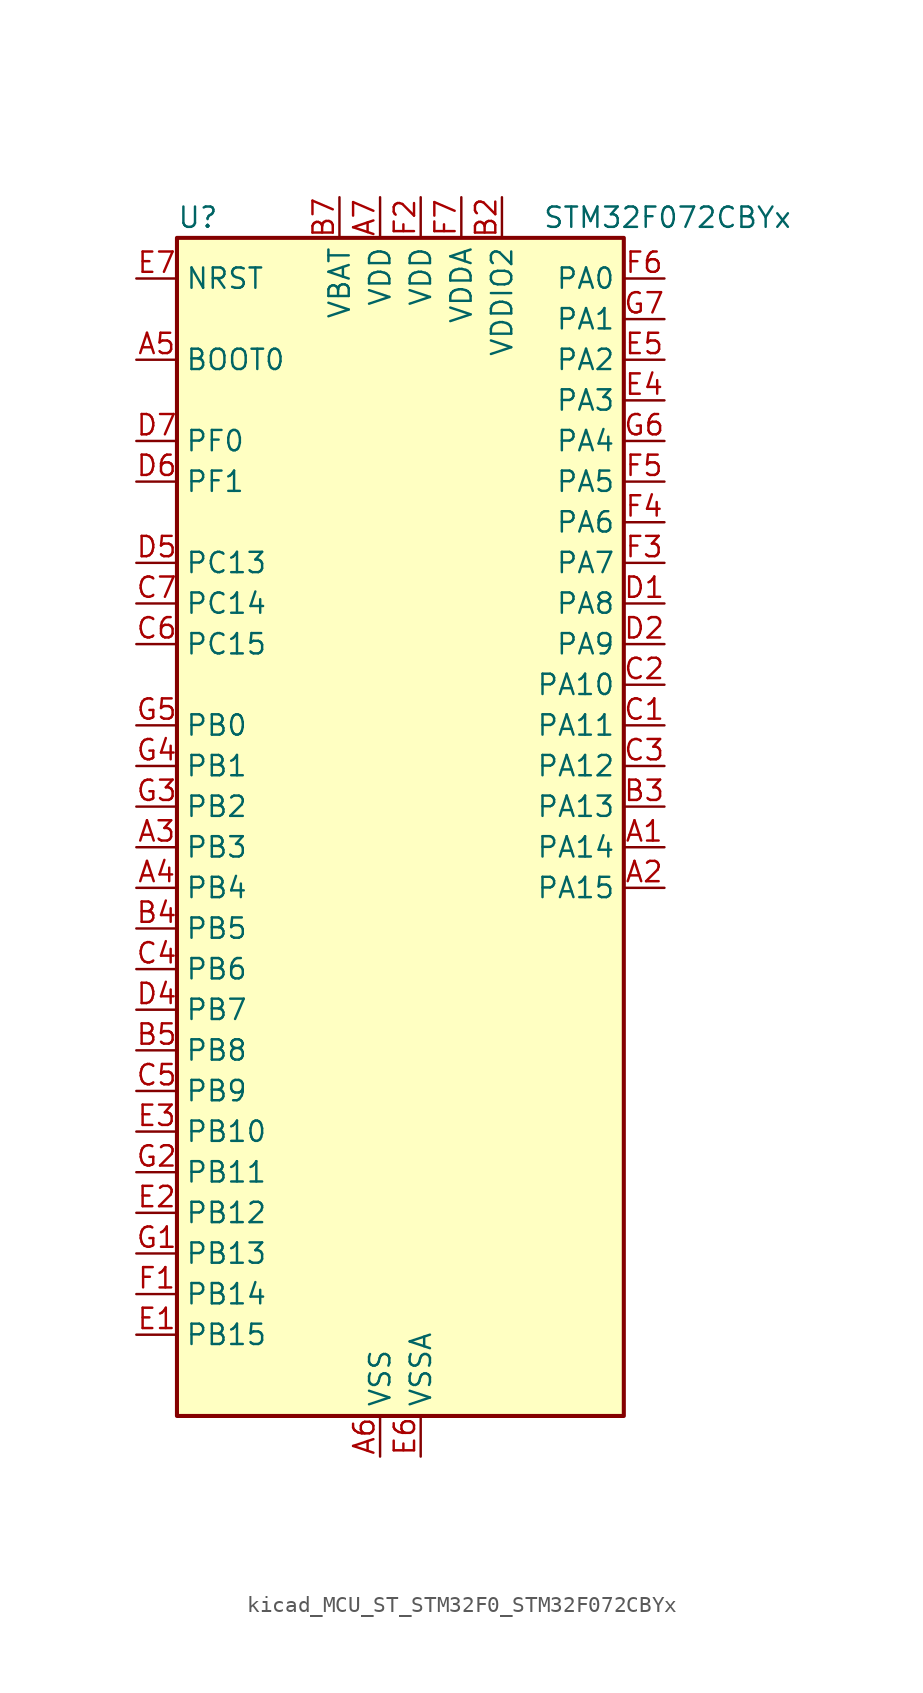
<source format=kicad_sym>
(kicad_symbol_lib
  (version 20220914)
  (generator kicad_symbol_editor)
  (symbol "kicad_MCU_ST_STM32F0_STM32F072CBYx"
    (property "Reference" "U"
      (at -12.7 39.37 0)
      (effects (font (size 1.27 1.27)) (justify left)))
    (property "Value" "STM32F072CBYx"
      (at 10.16 39.37 0)
      (effects (font (size 1.27 1.27)) (justify left)))
    (property "ki_locked" ""
      (at 0 0 0)
      (effects (font (size 1.27 1.27))))
    (symbol "kicad_MCU_ST_STM32F0_STM32F072CBYx_0_1"
      (rectangle (start -12.7 -35.56) (end 15.24 38.1) (stroke (width 0.254) (type default)) (fill (type background))))
    (symbol "kicad_MCU_ST_STM32F0_STM32F072CBYx_1_1"
      (pin bidirectional line (at 17.78 0 180) (length 2.54) (name "PA14" (effects (font (size 1.27 1.27)))) (number "A1" (effects (font (size 1.27 1.27)))) (alternate "SYS_SWCLK" bidirectional line) (alternate "USART2_TX" bidirectional line))
      (pin bidirectional line (at 17.78 -2.54 180) (length 2.54) (name "PA15" (effects (font (size 1.27 1.27)))) (number "A2" (effects (font (size 1.27 1.27)))) (alternate "I2S1_WS" bidirectional line) (alternate "SPI1_NSS" bidirectional line) (alternate "TIM2_CH1" bidirectional line) (alternate "TIM2_ETR" bidirectional line) (alternate "USART2_RX" bidirectional line) (alternate "USART4_DE" bidirectional line) (alternate "USART4_RTS" bidirectional line))
      (pin bidirectional line (at -15.24 0 0) (length 2.54) (name "PB3" (effects (font (size 1.27 1.27)))) (number "A3" (effects (font (size 1.27 1.27)))) (alternate "I2S1_CK" bidirectional line) (alternate "SPI1_SCK" bidirectional line) (alternate "TIM2_CH2" bidirectional line) (alternate "TSC_G5_IO1" bidirectional line))
      (pin bidirectional line (at -15.24 -2.54 0) (length 2.54) (name "PB4" (effects (font (size 1.27 1.27)))) (number "A4" (effects (font (size 1.27 1.27)))) (alternate "I2S1_MCK" bidirectional line) (alternate "SPI1_MISO" bidirectional line) (alternate "TIM17_BKIN" bidirectional line) (alternate "TIM3_CH1" bidirectional line) (alternate "TSC_G5_IO2" bidirectional line))
      (pin input line (at -15.24 30.48 0) (length 2.54) (name "BOOT0" (effects (font (size 1.27 1.27)))) (number "A5" (effects (font (size 1.27 1.27)))))
      (pin power_in line (at 0 -38.1 90) (length 2.54) (name "VSS" (effects (font (size 1.27 1.27)))) (number "A6" (effects (font (size 1.27 1.27)))))
      (pin power_in line (at 0 40.64 270) (length 2.54) (name "VDD" (effects (font (size 1.27 1.27)))) (number "A7" (effects (font (size 1.27 1.27)))))
      (pin passive line (at 0 -38.1 90) (length 2.54) hide (name "VSS" (effects (font (size 1.27 1.27)))) (number "B1" (effects (font (size 1.27 1.27)))))
      (pin power_in line (at 7.62 40.64 270) (length 2.54) (name "VDDIO2" (effects (font (size 1.27 1.27)))) (number "B2" (effects (font (size 1.27 1.27)))))
      (pin bidirectional line (at 17.78 2.54 180) (length 2.54) (name "PA13" (effects (font (size 1.27 1.27)))) (number "B3" (effects (font (size 1.27 1.27)))) (alternate "IR_OUT" bidirectional line) (alternate "SYS_SWDIO" bidirectional line) (alternate "USB_NOE" bidirectional line))
      (pin bidirectional line (at -15.24 -5.08 0) (length 2.54) (name "PB5" (effects (font (size 1.27 1.27)))) (number "B4" (effects (font (size 1.27 1.27)))) (alternate "I2C1_SMBA" bidirectional line) (alternate "I2S1_SD" bidirectional line) (alternate "SPI1_MOSI" bidirectional line) (alternate "SYS_WKUP6" bidirectional line) (alternate "TIM16_BKIN" bidirectional line) (alternate "TIM3_CH2" bidirectional line))
      (pin bidirectional line (at -15.24 -12.7 0) (length 2.54) (name "PB8" (effects (font (size 1.27 1.27)))) (number "B5" (effects (font (size 1.27 1.27)))) (alternate "CAN_RX" bidirectional line) (alternate "CEC" bidirectional line) (alternate "I2C1_SCL" bidirectional line) (alternate "TIM16_CH1" bidirectional line) (alternate "TSC_SYNC" bidirectional line))
      (pin no_connect line (at -12.7 -35.56 0) (length 2.54) hide (name "NC" (effects (font (size 1.27 1.27)))) (number "B6" (effects (font (size 1.27 1.27)))))
      (pin power_in line (at -2.54 40.64 270) (length 2.54) (name "VBAT" (effects (font (size 1.27 1.27)))) (number "B7" (effects (font (size 1.27 1.27)))))
      (pin bidirectional line (at 17.78 7.62 180) (length 2.54) (name "PA11" (effects (font (size 1.27 1.27)))) (number "C1" (effects (font (size 1.27 1.27)))) (alternate "CAN_RX" bidirectional line) (alternate "COMP1_OUT" bidirectional line) (alternate "TIM1_CH4" bidirectional line) (alternate "TSC_G4_IO3" bidirectional line) (alternate "USART1_CTS" bidirectional line) (alternate "USB_DM" bidirectional line))
      (pin bidirectional line (at 17.78 10.16 180) (length 2.54) (name "PA10" (effects (font (size 1.27 1.27)))) (number "C2" (effects (font (size 1.27 1.27)))) (alternate "TIM17_BKIN" bidirectional line) (alternate "TIM1_CH3" bidirectional line) (alternate "TSC_G4_IO2" bidirectional line) (alternate "USART1_RX" bidirectional line))
      (pin bidirectional line (at 17.78 5.08 180) (length 2.54) (name "PA12" (effects (font (size 1.27 1.27)))) (number "C3" (effects (font (size 1.27 1.27)))) (alternate "CAN_TX" bidirectional line) (alternate "COMP2_OUT" bidirectional line) (alternate "TIM1_ETR" bidirectional line) (alternate "TSC_G4_IO4" bidirectional line) (alternate "USART1_DE" bidirectional line) (alternate "USART1_RTS" bidirectional line) (alternate "USB_DP" bidirectional line))
      (pin bidirectional line (at -15.24 -7.62 0) (length 2.54) (name "PB6" (effects (font (size 1.27 1.27)))) (number "C4" (effects (font (size 1.27 1.27)))) (alternate "I2C1_SCL" bidirectional line) (alternate "TIM16_CH1N" bidirectional line) (alternate "TSC_G5_IO3" bidirectional line) (alternate "USART1_TX" bidirectional line))
      (pin bidirectional line (at -15.24 -15.24 0) (length 2.54) (name "PB9" (effects (font (size 1.27 1.27)))) (number "C5" (effects (font (size 1.27 1.27)))) (alternate "CAN_TX" bidirectional line) (alternate "DAC_EXTI9" bidirectional line) (alternate "I2C1_SDA" bidirectional line) (alternate "I2S2_WS" bidirectional line) (alternate "IR_OUT" bidirectional line) (alternate "SPI2_NSS" bidirectional line) (alternate "TIM17_CH1" bidirectional line))
      (pin bidirectional line (at -15.24 12.7 0) (length 2.54) (name "PC15" (effects (font (size 1.27 1.27)))) (number "C6" (effects (font (size 1.27 1.27)))) (alternate "RCC_OSC32_OUT" bidirectional line))
      (pin bidirectional line (at -15.24 15.24 0) (length 2.54) (name "PC14" (effects (font (size 1.27 1.27)))) (number "C7" (effects (font (size 1.27 1.27)))) (alternate "RCC_OSC32_IN" bidirectional line))
      (pin bidirectional line (at 17.78 15.24 180) (length 2.54) (name "PA8" (effects (font (size 1.27 1.27)))) (number "D1" (effects (font (size 1.27 1.27)))) (alternate "CRS_SYNC" bidirectional line) (alternate "RCC_MCO" bidirectional line) (alternate "TIM1_CH1" bidirectional line) (alternate "USART1_CK" bidirectional line))
      (pin bidirectional line (at 17.78 12.7 180) (length 2.54) (name "PA9" (effects (font (size 1.27 1.27)))) (number "D2" (effects (font (size 1.27 1.27)))) (alternate "DAC_EXTI9" bidirectional line) (alternate "TIM15_BKIN" bidirectional line) (alternate "TIM1_CH2" bidirectional line) (alternate "TSC_G4_IO1" bidirectional line) (alternate "USART1_TX" bidirectional line))
      (pin passive line (at 0 -38.1 90) (length 2.54) hide (name "VSS" (effects (font (size 1.27 1.27)))) (number "D3" (effects (font (size 1.27 1.27)))))
      (pin bidirectional line (at -15.24 -10.16 0) (length 2.54) (name "PB7" (effects (font (size 1.27 1.27)))) (number "D4" (effects (font (size 1.27 1.27)))) (alternate "I2C1_SDA" bidirectional line) (alternate "TIM17_CH1N" bidirectional line) (alternate "TSC_G5_IO4" bidirectional line) (alternate "USART1_RX" bidirectional line) (alternate "USART4_CTS" bidirectional line))
      (pin bidirectional line (at -15.24 17.78 0) (length 2.54) (name "PC13" (effects (font (size 1.27 1.27)))) (number "D5" (effects (font (size 1.27 1.27)))) (alternate "RTC_OUT_ALARM" bidirectional line) (alternate "RTC_OUT_CALIB" bidirectional line) (alternate "RTC_TAMP1" bidirectional line) (alternate "RTC_TS" bidirectional line) (alternate "SYS_WKUP2" bidirectional line))
      (pin bidirectional line (at -15.24 22.86 0) (length 2.54) (name "PF1" (effects (font (size 1.27 1.27)))) (number "D6" (effects (font (size 1.27 1.27)))) (alternate "RCC_OSC_OUT" bidirectional line))
      (pin bidirectional line (at -15.24 25.4 0) (length 2.54) (name "PF0" (effects (font (size 1.27 1.27)))) (number "D7" (effects (font (size 1.27 1.27)))) (alternate "CRS_SYNC" bidirectional line) (alternate "RCC_OSC_IN" bidirectional line))
      (pin bidirectional line (at -15.24 -30.48 0) (length 2.54) (name "PB15" (effects (font (size 1.27 1.27)))) (number "E1" (effects (font (size 1.27 1.27)))) (alternate "I2S2_SD" bidirectional line) (alternate "RTC_REFIN" bidirectional line) (alternate "SPI2_MOSI" bidirectional line) (alternate "SYS_WKUP7" bidirectional line) (alternate "TIM15_CH1N" bidirectional line) (alternate "TIM15_CH2" bidirectional line) (alternate "TIM1_CH3N" bidirectional line))
      (pin bidirectional line (at -15.24 -22.86 0) (length 2.54) (name "PB12" (effects (font (size 1.27 1.27)))) (number "E2" (effects (font (size 1.27 1.27)))) (alternate "I2S2_WS" bidirectional line) (alternate "SPI2_NSS" bidirectional line) (alternate "TIM15_BKIN" bidirectional line) (alternate "TIM1_BKIN" bidirectional line) (alternate "TSC_G6_IO2" bidirectional line) (alternate "USART3_CK" bidirectional line))
      (pin bidirectional line (at -15.24 -17.78 0) (length 2.54) (name "PB10" (effects (font (size 1.27 1.27)))) (number "E3" (effects (font (size 1.27 1.27)))) (alternate "CEC" bidirectional line) (alternate "I2C2_SCL" bidirectional line) (alternate "I2S2_CK" bidirectional line) (alternate "SPI2_SCK" bidirectional line) (alternate "TIM2_CH3" bidirectional line) (alternate "TSC_SYNC" bidirectional line) (alternate "USART3_TX" bidirectional line))
      (pin bidirectional line (at 17.78 27.94 180) (length 2.54) (name "PA3" (effects (font (size 1.27 1.27)))) (number "E4" (effects (font (size 1.27 1.27)))) (alternate "ADC_IN3" bidirectional line) (alternate "COMP2_INP" bidirectional line) (alternate "TIM15_CH2" bidirectional line) (alternate "TIM2_CH4" bidirectional line) (alternate "TSC_G1_IO4" bidirectional line) (alternate "USART2_RX" bidirectional line))
      (pin bidirectional line (at 17.78 30.48 180) (length 2.54) (name "PA2" (effects (font (size 1.27 1.27)))) (number "E5" (effects (font (size 1.27 1.27)))) (alternate "ADC_IN2" bidirectional line) (alternate "COMP2_INM" bidirectional line) (alternate "COMP2_OUT" bidirectional line) (alternate "SYS_WKUP4" bidirectional line) (alternate "TIM15_CH1" bidirectional line) (alternate "TIM2_CH3" bidirectional line) (alternate "TSC_G1_IO3" bidirectional line) (alternate "USART2_TX" bidirectional line))
      (pin power_in line (at 2.54 -38.1 90) (length 2.54) (name "VSSA" (effects (font (size 1.27 1.27)))) (number "E6" (effects (font (size 1.27 1.27)))))
      (pin input line (at -15.24 35.56 0) (length 2.54) (name "NRST" (effects (font (size 1.27 1.27)))) (number "E7" (effects (font (size 1.27 1.27)))))
      (pin bidirectional line (at -15.24 -27.94 0) (length 2.54) (name "PB14" (effects (font (size 1.27 1.27)))) (number "F1" (effects (font (size 1.27 1.27)))) (alternate "I2C2_SDA" bidirectional line) (alternate "I2S2_MCK" bidirectional line) (alternate "SPI2_MISO" bidirectional line) (alternate "TIM15_CH1" bidirectional line) (alternate "TIM1_CH2N" bidirectional line) (alternate "TSC_G6_IO4" bidirectional line) (alternate "USART3_DE" bidirectional line) (alternate "USART3_RTS" bidirectional line))
      (pin power_in line (at 2.54 40.64 270) (length 2.54) (name "VDD" (effects (font (size 1.27 1.27)))) (number "F2" (effects (font (size 1.27 1.27)))))
      (pin bidirectional line (at 17.78 17.78 180) (length 2.54) (name "PA7" (effects (font (size 1.27 1.27)))) (number "F3" (effects (font (size 1.27 1.27)))) (alternate "ADC_IN7" bidirectional line) (alternate "COMP2_OUT" bidirectional line) (alternate "I2S1_SD" bidirectional line) (alternate "SPI1_MOSI" bidirectional line) (alternate "TIM14_CH1" bidirectional line) (alternate "TIM17_CH1" bidirectional line) (alternate "TIM1_CH1N" bidirectional line) (alternate "TIM3_CH2" bidirectional line) (alternate "TSC_G2_IO4" bidirectional line))
      (pin bidirectional line (at 17.78 20.32 180) (length 2.54) (name "PA6" (effects (font (size 1.27 1.27)))) (number "F4" (effects (font (size 1.27 1.27)))) (alternate "ADC_IN6" bidirectional line) (alternate "COMP1_OUT" bidirectional line) (alternate "I2S1_MCK" bidirectional line) (alternate "SPI1_MISO" bidirectional line) (alternate "TIM16_CH1" bidirectional line) (alternate "TIM1_BKIN" bidirectional line) (alternate "TIM3_CH1" bidirectional line) (alternate "TSC_G2_IO3" bidirectional line) (alternate "USART3_CTS" bidirectional line))
      (pin bidirectional line (at 17.78 22.86 180) (length 2.54) (name "PA5" (effects (font (size 1.27 1.27)))) (number "F5" (effects (font (size 1.27 1.27)))) (alternate "ADC_IN5" bidirectional line) (alternate "CEC" bidirectional line) (alternate "COMP1_INM" bidirectional line) (alternate "COMP2_INM" bidirectional line) (alternate "DAC_OUT2" bidirectional line) (alternate "I2S1_CK" bidirectional line) (alternate "SPI1_SCK" bidirectional line) (alternate "TIM2_CH1" bidirectional line) (alternate "TIM2_ETR" bidirectional line) (alternate "TSC_G2_IO2" bidirectional line))
      (pin bidirectional line (at 17.78 35.56 180) (length 2.54) (name "PA0" (effects (font (size 1.27 1.27)))) (number "F6" (effects (font (size 1.27 1.27)))) (alternate "ADC_IN0" bidirectional line) (alternate "COMP1_INM" bidirectional line) (alternate "COMP1_OUT" bidirectional line) (alternate "RTC_TAMP2" bidirectional line) (alternate "SYS_WKUP1" bidirectional line) (alternate "TIM2_CH1" bidirectional line) (alternate "TIM2_ETR" bidirectional line) (alternate "TSC_G1_IO1" bidirectional line) (alternate "USART2_CTS" bidirectional line) (alternate "USART4_TX" bidirectional line))
      (pin power_in line (at 5.08 40.64 270) (length 2.54) (name "VDDA" (effects (font (size 1.27 1.27)))) (number "F7" (effects (font (size 1.27 1.27)))))
      (pin bidirectional line (at -15.24 -25.4 0) (length 2.54) (name "PB13" (effects (font (size 1.27 1.27)))) (number "G1" (effects (font (size 1.27 1.27)))) (alternate "I2C2_SCL" bidirectional line) (alternate "I2S2_CK" bidirectional line) (alternate "SPI2_SCK" bidirectional line) (alternate "TIM1_CH1N" bidirectional line) (alternate "TSC_G6_IO3" bidirectional line) (alternate "USART3_CTS" bidirectional line))
      (pin bidirectional line (at -15.24 -20.32 0) (length 2.54) (name "PB11" (effects (font (size 1.27 1.27)))) (number "G2" (effects (font (size 1.27 1.27)))) (alternate "I2C2_SDA" bidirectional line) (alternate "TIM2_CH4" bidirectional line) (alternate "TSC_G6_IO1" bidirectional line) (alternate "USART3_RX" bidirectional line))
      (pin bidirectional line (at -15.24 2.54 0) (length 2.54) (name "PB2" (effects (font (size 1.27 1.27)))) (number "G3" (effects (font (size 1.27 1.27)))) (alternate "TSC_G3_IO4" bidirectional line))
      (pin bidirectional line (at -15.24 5.08 0) (length 2.54) (name "PB1" (effects (font (size 1.27 1.27)))) (number "G4" (effects (font (size 1.27 1.27)))) (alternate "ADC_IN9" bidirectional line) (alternate "TIM14_CH1" bidirectional line) (alternate "TIM1_CH3N" bidirectional line) (alternate "TIM3_CH4" bidirectional line) (alternate "TSC_G3_IO3" bidirectional line) (alternate "USART3_DE" bidirectional line) (alternate "USART3_RTS" bidirectional line))
      (pin bidirectional line (at -15.24 7.62 0) (length 2.54) (name "PB0" (effects (font (size 1.27 1.27)))) (number "G5" (effects (font (size 1.27 1.27)))) (alternate "ADC_IN8" bidirectional line) (alternate "TIM1_CH2N" bidirectional line) (alternate "TIM3_CH3" bidirectional line) (alternate "TSC_G3_IO2" bidirectional line) (alternate "USART3_CK" bidirectional line))
      (pin bidirectional line (at 17.78 25.4 180) (length 2.54) (name "PA4" (effects (font (size 1.27 1.27)))) (number "G6" (effects (font (size 1.27 1.27)))) (alternate "ADC_IN4" bidirectional line) (alternate "COMP1_INM" bidirectional line) (alternate "COMP2_INM" bidirectional line) (alternate "DAC_OUT1" bidirectional line) (alternate "I2S1_WS" bidirectional line) (alternate "SPI1_NSS" bidirectional line) (alternate "TIM14_CH1" bidirectional line) (alternate "TSC_G2_IO1" bidirectional line) (alternate "USART2_CK" bidirectional line))
      (pin bidirectional line (at 17.78 33.02 180) (length 2.54) (name "PA1" (effects (font (size 1.27 1.27)))) (number "G7" (effects (font (size 1.27 1.27)))) (alternate "ADC_IN1" bidirectional line) (alternate "COMP1_INP" bidirectional line) (alternate "TIM15_CH1N" bidirectional line) (alternate "TIM2_CH2" bidirectional line) (alternate "TSC_G1_IO2" bidirectional line) (alternate "USART2_DE" bidirectional line) (alternate "USART2_RTS" bidirectional line) (alternate "USART4_RX" bidirectional line)))))
</source>
